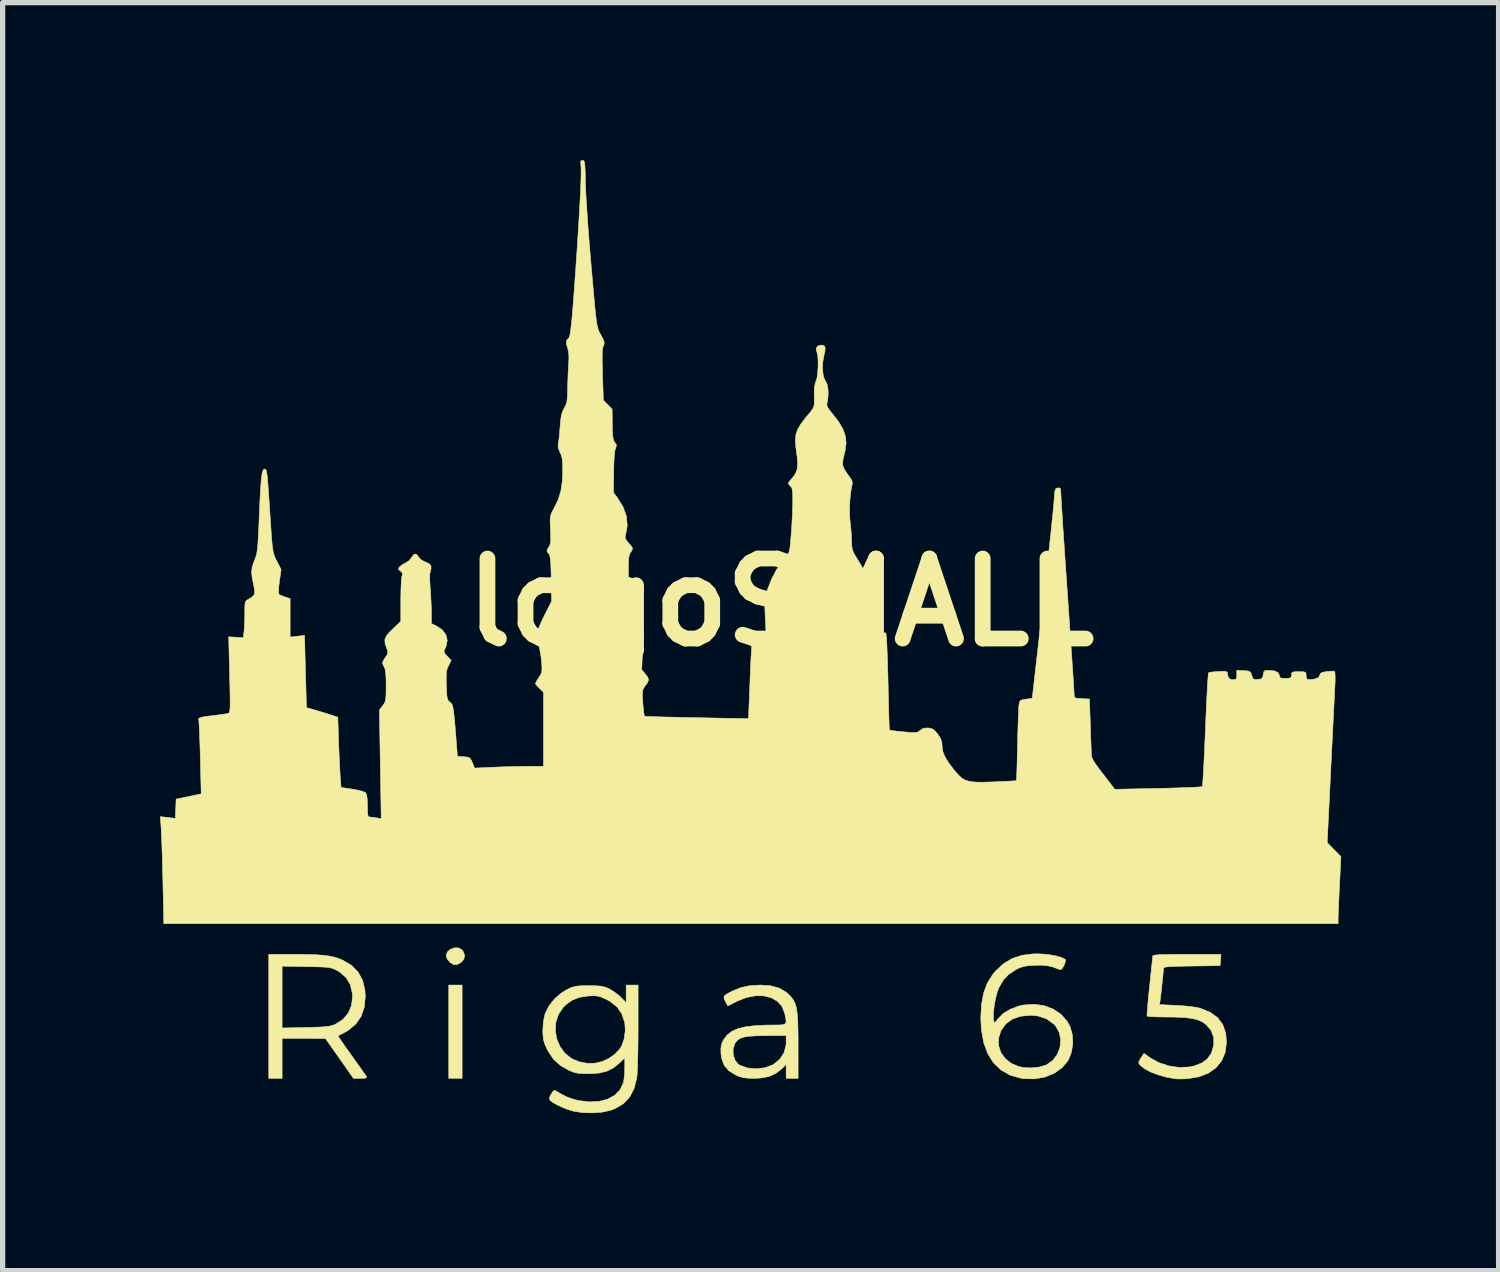
<source format=kicad_pcb>
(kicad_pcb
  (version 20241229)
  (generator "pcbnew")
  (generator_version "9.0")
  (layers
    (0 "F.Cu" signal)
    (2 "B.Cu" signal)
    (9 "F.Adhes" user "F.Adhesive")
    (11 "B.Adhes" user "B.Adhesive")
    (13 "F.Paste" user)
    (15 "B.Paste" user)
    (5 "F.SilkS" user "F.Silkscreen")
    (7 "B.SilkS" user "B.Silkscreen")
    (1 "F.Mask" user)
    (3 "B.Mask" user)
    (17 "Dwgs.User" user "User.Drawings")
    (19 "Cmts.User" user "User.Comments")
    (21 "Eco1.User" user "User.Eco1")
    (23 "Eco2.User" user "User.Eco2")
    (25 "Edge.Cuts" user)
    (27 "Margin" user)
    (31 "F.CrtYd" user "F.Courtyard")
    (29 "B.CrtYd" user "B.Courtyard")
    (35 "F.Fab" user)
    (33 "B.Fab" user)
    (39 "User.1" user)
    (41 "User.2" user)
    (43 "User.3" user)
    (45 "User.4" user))
  (footprint "logoSMALL"
    (layer "F.Cu")
    (at 11.824 8.425)
    (property "Reference" "logoSMALL" (at 0 0 0) (layer "F.SilkS") (effects (font (size 1.524 1.524) (thickness 0.3))))
    (attr through_hole)
    (fp_poly (pts (xy -6.071 9.068) (xy -6.325 9.068) (xy -6.325 7.29) (xy -6.071 7.29) (xy -6.071 9.068)) (stroke (width 0.01) (type solid)) (fill yes) (layer "F.SilkS"))
    (fp_poly (pts (xy -6.079 6.614) (xy -6.059 6.635) (xy -6.023 6.72) (xy -6.037 6.798) (xy -6.087 6.856) (xy -6.168 6.901) (xy -6.24 6.898) (xy -6.313 6.847) (xy -6.313 6.846) (xy -6.356 6.789) (xy -6.375 6.735) (xy -6.375 6.732) (xy -6.353 6.662) (xy -6.298 6.611) (xy -6.223 6.582) (xy -6.145 6.582) (xy -6.079 6.614)) (stroke (width 0.01) (type solid)) (fill yes) (layer "F.SilkS"))
    (fp_poly (pts (xy -9.265 6.706) (xy -9.041 6.707) (xy -8.86 6.713) (xy -8.713 6.723) (xy -8.594 6.739) (xy -8.493 6.761) (xy -8.403 6.792) (xy -8.346 6.816) (xy -8.177 6.916) (xy -8.051 7.045) (xy -7.966 7.202) (xy -7.922 7.389) (xy -7.915 7.506) (xy -7.935 7.712) (xy -7.995 7.888) (xy -8.098 8.035) (xy -8.242 8.154) (xy -8.314 8.195) (xy -8.437 8.258) (xy -8.392 8.326) (xy -8.361 8.371) (xy -8.308 8.448) (xy -8.237 8.547) (xy -8.158 8.658) (xy -8.128 8.7) (xy -8.05 8.81) (xy -7.981 8.906) (xy -7.928 8.982) (xy -7.896 9.028) (xy -7.89 9.036) (xy -7.892 9.055) (xy -7.93 9.065) (xy -8.006 9.067) (xy -8.141 9.067) (xy -8.407 8.687) (xy -8.674 8.308) (xy -9.5 8.306) (xy -9.5 9.068) (xy -9.754 9.068) (xy -9.754 8.108) (xy -9.5 8.108) (xy -9.049 8.098) (xy -8.88 8.094) (xy -8.753 8.089) (xy -8.66 8.081) (xy -8.59 8.071) (xy -8.535 8.057) (xy -8.486 8.038) (xy -8.484 8.036) (xy -8.342 7.946) (xy -8.239 7.824) (xy -8.177 7.676) (xy -8.158 7.506) (xy -8.162 7.447) (xy -8.201 7.283) (xy -8.281 7.148) (xy -8.403 7.042) (xy -8.437 7.022) (xy -8.486 6.995) (xy -8.53 6.976) (xy -8.578 6.962) (xy -8.637 6.953) (xy -8.718 6.947) (xy -8.83 6.943) (xy -8.98 6.94) (xy -9.036 6.939) (xy -9.5 6.93) (xy -9.5 8.108) (xy -9.754 8.108) (xy -9.754 6.706) (xy -9.265 6.706)) (stroke (width 0.01) (type solid)) (fill yes) (layer "F.SilkS"))
    (fp_poly (pts (xy -0.193 7.304) (xy -0.03 7.349) (xy 0.103 7.427) (xy 0.148 7.466) (xy 0.199 7.52) (xy 0.24 7.576) (xy 0.272 7.64) (xy 0.295 7.718) (xy 0.311 7.817) (xy 0.322 7.944) (xy 0.327 8.105) (xy 0.33 8.306) (xy 0.33 8.45) (xy 0.33 9.068) (xy 0.102 9.068) (xy 0.102 8.804) (xy 0.019 8.884) (xy -0.097 8.975) (xy -0.227 9.033) (xy -0.384 9.062) (xy -0.508 9.067) (xy -0.632 9.064) (xy -0.724 9.052) (xy -0.805 9.028) (xy -0.854 9.007) (xy -0.987 8.925) (xy -1.077 8.821) (xy -1.126 8.69) (xy -1.139 8.596) (xy -1.141 8.515) (xy -0.909 8.515) (xy -0.905 8.625) (xy -0.87 8.726) (xy -0.807 8.801) (xy -0.782 8.817) (xy -0.637 8.869) (xy -0.473 8.885) (xy -0.308 8.867) (xy -0.161 8.814) (xy -0.142 8.804) (xy -0.02 8.705) (xy 0.062 8.579) (xy 0.1 8.432) (xy 0.102 8.386) (xy 0.102 8.255) (xy -0.282 8.255) (xy -0.464 8.257) (xy -0.603 8.266) (xy -0.706 8.282) (xy -0.78 8.308) (xy -0.832 8.346) (xy -0.87 8.397) (xy -0.877 8.41) (xy -0.909 8.515) (xy -1.141 8.515) (xy -1.141 8.496) (xy -1.131 8.425) (xy -1.103 8.358) (xy -1.085 8.325) (xy -1.02 8.24) (xy -0.934 8.173) (xy -0.821 8.122) (xy -0.676 8.086) (xy -0.493 8.064) (xy -0.269 8.053) (xy -0.146 8.052) (xy -0.026 8.051) (xy 0.05 8.045) (xy 0.09 8.025) (xy 0.102 7.984) (xy 0.093 7.915) (xy 0.074 7.826) (xy 0.024 7.698) (xy -0.063 7.6) (xy -0.181 7.532) (xy -0.322 7.496) (xy -0.482 7.494) (xy -0.653 7.527) (xy -0.83 7.596) (xy -0.841 7.602) (xy -1.009 7.688) (xy -1.055 7.602) (xy -1.08 7.55) (xy -1.082 7.513) (xy -1.056 7.48) (xy -0.995 7.443) (xy -0.926 7.407) (xy -0.765 7.341) (xy -0.598 7.303) (xy -0.405 7.291) (xy -0.392 7.29) (xy -0.193 7.304)) (stroke (width 0.01) (type solid)) (fill yes) (layer "F.SilkS"))
    (fp_poly (pts (xy 8.369 6.921) (xy 7.83 6.928) (xy 7.648 6.931) (xy 7.512 6.934) (xy 7.414 6.939) (xy 7.349 6.945) (xy 7.311 6.953) (xy 7.293 6.964) (xy 7.29 6.974) (xy 7.287 7.02) (xy 7.28 7.103) (xy 7.269 7.208) (xy 7.257 7.323) (xy 7.245 7.434) (xy 7.234 7.526) (xy 7.226 7.585) (xy 7.213 7.663) (xy 7.537 7.678) (xy 7.69 7.688) (xy 7.831 7.703) (xy 7.945 7.721) (xy 7.998 7.734) (xy 8.182 7.81) (xy 8.322 7.913) (xy 8.419 8.043) (xy 8.475 8.202) (xy 8.491 8.382) (xy 8.466 8.57) (xy 8.399 8.732) (xy 8.291 8.865) (xy 8.146 8.968) (xy 7.964 9.038) (xy 7.749 9.074) (xy 7.747 9.074) (xy 7.652 9.079) (xy 7.566 9.079) (xy 7.531 9.077) (xy 7.359 9.048) (xy 7.193 9.002) (xy 7.043 8.945) (xy 6.923 8.879) (xy 6.85 8.819) (xy 6.822 8.784) (xy 6.82 8.753) (xy 6.844 8.707) (xy 6.861 8.68) (xy 6.919 8.592) (xy 7.034 8.675) (xy 7.204 8.769) (xy 7.396 8.832) (xy 7.595 8.86) (xy 7.788 8.85) (xy 7.878 8.83) (xy 8.02 8.775) (xy 8.123 8.7) (xy 8.196 8.598) (xy 8.207 8.574) (xy 8.249 8.428) (xy 8.246 8.286) (xy 8.198 8.156) (xy 8.107 8.047) (xy 8.105 8.045) (xy 8.03 7.992) (xy 7.942 7.953) (xy 7.832 7.926) (xy 7.694 7.909) (xy 7.519 7.901) (xy 7.376 7.899) (xy 7.241 7.898) (xy 7.125 7.895) (xy 7.037 7.89) (xy 6.987 7.884) (xy 6.978 7.88) (xy 6.977 7.851) (xy 6.982 7.778) (xy 6.991 7.67) (xy 7.003 7.534) (xy 7.019 7.379) (xy 7.026 7.315) (xy 7.043 7.153) (xy 7.058 7.007) (xy 7.071 6.885) (xy 7.08 6.795) (xy 7.085 6.744) (xy 7.085 6.737) (xy 7.097 6.727) (xy 7.134 6.719) (xy 7.202 6.713) (xy 7.305 6.709) (xy 7.447 6.707) (xy 7.633 6.706) (xy 7.736 6.706) (xy 8.385 6.706) (xy 8.369 6.921)) (stroke (width 0.01) (type solid)) (fill yes) (layer "F.SilkS"))
    (fp_poly (pts (xy 5.013 6.701) (xy 5.139 6.716) (xy 5.255 6.739) (xy 5.35 6.766) (xy 5.411 6.796) (xy 5.424 6.809) (xy 5.422 6.843) (xy 5.401 6.902) (xy 5.393 6.921) (xy 5.356 6.982) (xy 5.321 6.998) (xy 5.31 6.995) (xy 5.192 6.949) (xy 5.09 6.923) (xy 4.983 6.912) (xy 4.849 6.913) (xy 4.839 6.914) (xy 4.717 6.922) (xy 4.628 6.935) (xy 4.554 6.959) (xy 4.477 6.996) (xy 4.475 6.998) (xy 4.345 7.084) (xy 4.245 7.188) (xy 4.163 7.326) (xy 4.148 7.357) (xy 4.116 7.448) (xy 4.087 7.565) (xy 4.065 7.693) (xy 4.051 7.815) (xy 4.049 7.917) (xy 4.055 7.967) (xy 4.066 8.001) (xy 4.081 8.003) (xy 4.11 7.97) (xy 4.139 7.931) (xy 4.238 7.831) (xy 4.376 7.749) (xy 4.54 7.689) (xy 4.62 7.671) (xy 4.821 7.656) (xy 5.012 7.682) (xy 5.185 7.746) (xy 5.334 7.844) (xy 5.452 7.974) (xy 5.511 8.081) (xy 5.554 8.235) (xy 5.563 8.403) (xy 5.538 8.567) (xy 5.481 8.712) (xy 5.472 8.728) (xy 5.358 8.865) (xy 5.209 8.971) (xy 5.033 9.043) (xy 4.837 9.078) (xy 4.63 9.073) (xy 4.575 9.065) (xy 4.37 9.007) (xy 4.196 8.909) (xy 4.053 8.773) (xy 3.943 8.598) (xy 3.865 8.386) (xy 3.851 8.305) (xy 4.148 8.305) (xy 4.15 8.447) (xy 4.194 8.578) (xy 4.276 8.692) (xy 4.391 8.783) (xy 4.537 8.844) (xy 4.627 8.862) (xy 4.78 8.868) (xy 4.927 8.852) (xy 5.051 8.815) (xy 5.071 8.805) (xy 5.187 8.72) (xy 5.27 8.606) (xy 5.319 8.475) (xy 5.332 8.336) (xy 5.307 8.201) (xy 5.242 8.079) (xy 5.201 8.033) (xy 5.065 7.935) (xy 4.903 7.88) (xy 4.763 7.866) (xy 4.572 7.884) (xy 4.412 7.938) (xy 4.287 8.029) (xy 4.197 8.154) (xy 4.194 8.161) (xy 4.148 8.305) (xy 3.851 8.305) (xy 3.821 8.138) (xy 3.81 7.92) (xy 3.824 7.66) (xy 3.865 7.439) (xy 3.937 7.248) (xy 4.041 7.083) (xy 4.094 7.021) (xy 4.245 6.882) (xy 4.409 6.784) (xy 4.594 6.723) (xy 4.809 6.697) (xy 4.889 6.695) (xy 5.013 6.701)) (stroke (width 0.01) (type solid)) (fill yes) (layer "F.SilkS"))
    (fp_poly (pts (xy -2.718 8.096) (xy -2.719 8.302) (xy -2.721 8.499) (xy -2.725 8.68) (xy -2.73 8.836) (xy -2.735 8.96) (xy -2.742 9.044) (xy -2.744 9.064) (xy -2.796 9.264) (xy -2.881 9.426) (xy -3 9.552) (xy -3.156 9.644) (xy -3.248 9.678) (xy -3.406 9.712) (xy -3.59 9.725) (xy -3.779 9.72) (xy -3.949 9.693) (xy -3.954 9.692) (xy -4.053 9.662) (xy -4.161 9.62) (xy -4.263 9.572) (xy -4.346 9.525) (xy -4.394 9.487) (xy -4.409 9.451) (xy -4.393 9.401) (xy -4.378 9.374) (xy -4.343 9.322) (xy -4.317 9.297) (xy -4.314 9.296) (xy -4.284 9.309) (xy -4.226 9.341) (xy -4.173 9.373) (xy -4.075 9.421) (xy -3.952 9.465) (xy -3.86 9.489) (xy -3.654 9.516) (xy -3.466 9.508) (xy -3.302 9.466) (xy -3.166 9.392) (xy -3.064 9.289) (xy -3.001 9.158) (xy -2.999 9.151) (xy -2.985 9.076) (xy -2.976 8.973) (xy -2.972 8.866) (xy -2.972 8.676) (xy -3.067 8.769) (xy -3.186 8.867) (xy -3.313 8.931) (xy -3.461 8.967) (xy -3.643 8.979) (xy -3.658 8.979) (xy -3.781 8.977) (xy -3.871 8.969) (xy -3.945 8.951) (xy -4.019 8.922) (xy -4.04 8.913) (xy -4.204 8.818) (xy -4.331 8.701) (xy -4.431 8.552) (xy -4.45 8.515) (xy -4.496 8.414) (xy -4.521 8.33) (xy -4.531 8.237) (xy -4.533 8.162) (xy -4.295 8.162) (xy -4.267 8.318) (xy -4.205 8.464) (xy -4.111 8.591) (xy -3.988 8.69) (xy -3.843 8.752) (xy -3.684 8.782) (xy -3.539 8.779) (xy -3.407 8.749) (xy -3.284 8.694) (xy -3.166 8.611) (xy -3.071 8.512) (xy -3.033 8.454) (xy -2.984 8.317) (xy -2.963 8.162) (xy -2.971 8.015) (xy -2.974 8.003) (xy -3.03 7.836) (xy -3.121 7.705) (xy -3.252 7.601) (xy -3.312 7.569) (xy -3.406 7.525) (xy -3.478 7.502) (xy -3.552 7.494) (xy -3.651 7.498) (xy -3.664 7.498) (xy -3.837 7.524) (xy -3.979 7.58) (xy -4.101 7.671) (xy -4.147 7.718) (xy -4.237 7.853) (xy -4.286 8.004) (xy -4.295 8.162) (xy -4.533 8.162) (xy -4.533 8.155) (xy -4.523 7.993) (xy -4.494 7.853) (xy -4.487 7.83) (xy -4.415 7.686) (xy -4.305 7.549) (xy -4.17 7.434) (xy -4.069 7.374) (xy -3.998 7.341) (xy -3.934 7.32) (xy -3.863 7.308) (xy -3.769 7.303) (xy -3.658 7.303) (xy -3.53 7.304) (xy -3.438 7.31) (xy -3.368 7.323) (xy -3.305 7.346) (xy -3.266 7.364) (xy -3.171 7.422) (xy -3.076 7.495) (xy -3.044 7.526) (xy -2.946 7.626) (xy -2.946 7.29) (xy -2.718 7.29) (xy -2.718 8.096)) (stroke (width 0.01) (type solid)) (fill yes) (layer "F.SilkS"))
    (fp_poly (pts (xy -3.758 -8.417) (xy -3.746 -8.401) (xy -3.737 -8.366) (xy -3.731 -8.305) (xy -3.726 -8.211) (xy -3.723 -8.075) (xy -3.722 -8.014) (xy -3.718 -7.89) (xy -3.71 -7.724) (xy -3.698 -7.527) (xy -3.683 -7.308) (xy -3.667 -7.075) (xy -3.648 -6.839) (xy -3.635 -6.68) (xy -3.609 -6.375) (xy -3.586 -6.116) (xy -3.567 -5.899) (xy -3.551 -5.72) (xy -3.537 -5.574) (xy -3.524 -5.458) (xy -3.513 -5.366) (xy -3.502 -5.296) (xy -3.49 -5.242) (xy -3.479 -5.2) (xy -3.466 -5.166) (xy -3.451 -5.136) (xy -3.434 -5.105) (xy -3.425 -5.089) (xy -3.382 -5.009) (xy -3.364 -4.957) (xy -3.366 -4.919) (xy -3.379 -4.888) (xy -3.391 -4.853) (xy -3.398 -4.794) (xy -3.402 -4.707) (xy -3.402 -4.584) (xy -3.398 -4.419) (xy -3.396 -4.34) (xy -3.38 -3.853) (xy -3.297 -3.767) (xy -3.213 -3.68) (xy -3.21 -3.388) (xy -3.207 -3.256) (xy -3.201 -3.164) (xy -3.19 -3.104) (xy -3.174 -3.064) (xy -3.161 -3.046) (xy -3.131 -3.001) (xy -3.139 -2.954) (xy -3.147 -2.938) (xy -3.162 -2.882) (xy -3.173 -2.778) (xy -3.18 -2.628) (xy -3.183 -2.486) (xy -3.188 -2.092) (xy -3.117 -1.999) (xy -3.004 -1.818) (xy -2.94 -1.637) (xy -2.925 -1.46) (xy -2.95 -1.319) (xy -2.965 -1.256) (xy -2.96 -1.212) (xy -2.928 -1.164) (xy -2.899 -1.131) (xy -2.848 -1.071) (xy -2.826 -1.034) (xy -2.83 -1.002) (xy -2.856 -0.958) (xy -2.864 -0.946) (xy -2.88 -0.915) (xy -2.892 -0.874) (xy -2.899 -0.816) (xy -2.903 -0.732) (xy -2.904 -0.614) (xy -2.902 -0.454) (xy -2.902 -0.451) (xy -2.895 -0.023) (xy -2.618 0.529) (xy -2.649 1.283) (xy -2.582 1.363) (xy -2.533 1.428) (xy -2.519 1.478) (xy -2.54 1.532) (xy -2.581 1.588) (xy -2.611 1.631) (xy -2.629 1.67) (xy -2.637 1.718) (xy -2.637 1.789) (xy -2.63 1.895) (xy -2.628 1.917) (xy -2.619 2.023) (xy -2.609 2.107) (xy -2.599 2.159) (xy -2.594 2.169) (xy -2.566 2.172) (xy -2.493 2.175) (xy -2.38 2.179) (xy -2.233 2.183) (xy -2.057 2.187) (xy -1.859 2.192) (xy -1.644 2.196) (xy -1.597 2.197) (xy -0.615 2.216) (xy -0.598 1.787) (xy -0.587 1.514) (xy -0.578 1.287) (xy -0.57 1.102) (xy -0.561 0.955) (xy -0.553 0.84) (xy -0.542 0.755) (xy -0.53 0.694) (xy -0.514 0.653) (xy -0.494 0.627) (xy -0.469 0.613) (xy -0.439 0.606) (xy -0.403 0.601) (xy -0.376 0.597) (xy -0.281 0.582) (xy -0.297 0.258) (xy -0.303 0.12) (xy -0.304 0.019) (xy -0.299 -0.059) (xy -0.287 -0.129) (xy -0.265 -0.205) (xy -0.243 -0.273) (xy -0.173 -0.448) (xy -0.08 -0.625) (xy 0.025 -0.783) (xy 0.102 -0.876) (xy 0.13 -0.909) (xy 0.15 -0.942) (xy 0.165 -0.987) (xy 0.176 -1.052) (xy 0.186 -1.146) (xy 0.197 -1.279) (xy 0.201 -1.325) (xy 0.211 -1.483) (xy 0.22 -1.648) (xy 0.226 -1.801) (xy 0.229 -1.924) (xy 0.229 -1.937) (xy 0.227 -2.052) (xy 0.222 -2.129) (xy 0.21 -2.178) (xy 0.19 -2.21) (xy 0.178 -2.222) (xy 0.15 -2.251) (xy 0.146 -2.276) (xy 0.169 -2.312) (xy 0.215 -2.364) (xy 0.277 -2.447) (xy 0.311 -2.534) (xy 0.322 -2.64) (xy 0.311 -2.778) (xy 0.307 -2.807) (xy 0.285 -2.971) (xy 0.278 -3.099) (xy 0.29 -3.204) (xy 0.323 -3.299) (xy 0.382 -3.397) (xy 0.469 -3.511) (xy 0.509 -3.56) (xy 0.572 -3.635) (xy 0.611 -3.69) (xy 0.632 -3.739) (xy 0.639 -3.799) (xy 0.638 -3.884) (xy 0.636 -3.953) (xy 0.639 -4.087) (xy 0.658 -4.182) (xy 0.671 -4.212) (xy 0.691 -4.278) (xy 0.704 -4.377) (xy 0.711 -4.492) (xy 0.711 -4.607) (xy 0.703 -4.706) (xy 0.687 -4.773) (xy 0.684 -4.778) (xy 0.674 -4.838) (xy 0.706 -4.884) (xy 0.772 -4.902) (xy 0.775 -4.902) (xy 0.823 -4.892) (xy 0.845 -4.857) (xy 0.842 -4.79) (xy 0.821 -4.697) (xy 0.799 -4.575) (xy 0.795 -4.448) (xy 0.807 -4.333) (xy 0.834 -4.244) (xy 0.855 -4.212) (xy 0.883 -4.153) (xy 0.9 -4.061) (xy 0.903 -3.953) (xy 0.892 -3.847) (xy 0.882 -3.805) (xy 0.877 -3.762) (xy 0.891 -3.717) (xy 0.93 -3.659) (xy 0.977 -3.602) (xy 1.101 -3.442) (xy 1.185 -3.299) (xy 1.232 -3.165) (xy 1.244 -3.028) (xy 1.224 -2.881) (xy 1.208 -2.816) (xy 1.182 -2.705) (xy 1.18 -2.619) (xy 1.207 -2.54) (xy 1.266 -2.45) (xy 1.285 -2.424) (xy 1.336 -2.355) (xy 1.36 -2.306) (xy 1.362 -2.259) (xy 1.35 -2.2) (xy 1.329 -2.079) (xy 1.315 -1.927) (xy 1.31 -1.763) (xy 1.314 -1.607) (xy 1.324 -1.503) (xy 1.337 -1.38) (xy 1.347 -1.244) (xy 1.349 -1.163) (xy 1.353 -1.068) (xy 1.366 -0.997) (xy 1.395 -0.93) (xy 1.446 -0.845) (xy 1.454 -0.832) (xy 1.512 -0.737) (xy 1.58 -0.615) (xy 1.646 -0.487) (xy 1.673 -0.432) (xy 1.789 -0.191) (xy 1.799 0.181) (xy 1.809 0.553) (xy 2.003 0.584) (xy 2.017 0.743) (xy 2.021 0.809) (xy 2.025 0.918) (xy 2.031 1.062) (xy 2.036 1.232) (xy 2.041 1.421) (xy 2.046 1.62) (xy 2.046 1.664) (xy 2.051 1.855) (xy 2.055 2.029) (xy 2.059 2.18) (xy 2.063 2.301) (xy 2.066 2.387) (xy 2.069 2.43) (xy 2.07 2.434) (xy 2.097 2.439) (xy 2.163 2.448) (xy 2.259 2.459) (xy 2.338 2.466) (xy 2.456 2.477) (xy 2.535 2.481) (xy 2.586 2.477) (xy 2.62 2.466) (xy 2.648 2.444) (xy 2.655 2.438) (xy 2.719 2.398) (xy 2.804 2.392) (xy 2.809 2.392) (xy 2.875 2.405) (xy 2.927 2.438) (xy 2.985 2.504) (xy 2.99 2.51) (xy 3.044 2.592) (xy 3.068 2.667) (xy 3.073 2.74) (xy 3.086 2.836) (xy 3.127 2.941) (xy 3.2 3.06) (xy 3.308 3.201) (xy 3.345 3.244) (xy 3.404 3.309) (xy 3.462 3.358) (xy 3.527 3.392) (xy 3.606 3.413) (xy 3.71 3.424) (xy 3.845 3.426) (xy 4.02 3.421) (xy 4.075 3.419) (xy 4.212 3.413) (xy 4.331 3.407) (xy 4.422 3.402) (xy 4.476 3.397) (xy 4.488 3.395) (xy 4.49 3.368) (xy 4.494 3.298) (xy 4.498 3.19) (xy 4.502 3.052) (xy 4.506 2.89) (xy 4.51 2.728) (xy 4.514 2.544) (xy 4.519 2.372) (xy 4.524 2.219) (xy 4.529 2.094) (xy 4.533 2.005) (xy 4.536 1.965) (xy 4.546 1.902) (xy 4.566 1.869) (xy 4.611 1.853) (xy 4.67 1.844) (xy 4.79 1.828) (xy 4.989 0.082) (xy 5.023 -0.218) (xy 5.056 -0.509) (xy 5.087 -0.787) (xy 5.115 -1.046) (xy 5.141 -1.281) (xy 5.162 -1.488) (xy 5.18 -1.661) (xy 5.194 -1.797) (xy 5.202 -1.889) (xy 5.204 -1.918) (xy 5.212 -2.033) (xy 5.22 -2.108) (xy 5.231 -2.151) (xy 5.248 -2.171) (xy 5.273 -2.179) (xy 5.277 -2.18) (xy 5.318 -2.177) (xy 5.333 -2.144) (xy 5.334 -2.116) (xy 5.336 -2.065) (xy 5.341 -1.967) (xy 5.35 -1.822) (xy 5.362 -1.63) (xy 5.377 -1.39) (xy 5.397 -1.101) (xy 5.419 -0.764) (xy 5.446 -0.377) (xy 5.476 0.06) (xy 5.499 0.4) (xy 5.517 0.652) (xy 5.533 0.89) (xy 5.548 1.11) (xy 5.561 1.306) (xy 5.572 1.473) (xy 5.58 1.605) (xy 5.586 1.699) (xy 5.588 1.747) (xy 5.588 1.751) (xy 5.591 1.794) (xy 5.606 1.817) (xy 5.648 1.828) (xy 5.727 1.833) (xy 5.734 1.834) (xy 5.88 1.841) (xy 5.896 2.299) (xy 5.901 2.455) (xy 5.906 2.602) (xy 5.911 2.729) (xy 5.914 2.824) (xy 5.915 2.87) (xy 5.919 2.92) (xy 5.932 2.967) (xy 5.958 3.02) (xy 6.003 3.089) (xy 6.071 3.182) (xy 6.141 3.273) (xy 6.363 3.561) (xy 7.188 3.544) (xy 7.388 3.539) (xy 7.571 3.534) (xy 7.732 3.528) (xy 7.864 3.523) (xy 7.962 3.517) (xy 8.018 3.512) (xy 8.03 3.51) (xy 8.034 3.481) (xy 8.04 3.408) (xy 8.048 3.294) (xy 8.056 3.146) (xy 8.065 2.968) (xy 8.074 2.766) (xy 8.084 2.546) (xy 8.089 2.426) (xy 8.098 2.198) (xy 8.108 1.986) (xy 8.117 1.795) (xy 8.126 1.63) (xy 8.134 1.498) (xy 8.141 1.403) (xy 8.147 1.351) (xy 8.149 1.342) (xy 8.181 1.332) (xy 8.25 1.323) (xy 8.338 1.317) (xy 8.43 1.314) (xy 8.482 1.318) (xy 8.505 1.332) (xy 8.509 1.35) (xy 8.523 1.428) (xy 8.568 1.467) (xy 8.613 1.473) (xy 8.662 1.468) (xy 8.683 1.443) (xy 8.687 1.383) (xy 8.687 1.293) (xy 8.819 1.3) (xy 8.897 1.307) (xy 8.939 1.322) (xy 8.96 1.353) (xy 8.972 1.392) (xy 8.991 1.447) (xy 9.021 1.469) (xy 9.081 1.469) (xy 9.088 1.468) (xy 9.151 1.458) (xy 9.179 1.433) (xy 9.19 1.379) (xy 9.19 1.378) (xy 9.199 1.325) (xy 9.223 1.301) (xy 9.278 1.296) (xy 9.3 1.295) (xy 9.407 1.307) (xy 9.475 1.341) (xy 9.5 1.395) (xy 9.5 1.398) (xy 9.507 1.429) (xy 9.539 1.444) (xy 9.608 1.448) (xy 9.614 1.448) (xy 9.684 1.445) (xy 9.718 1.432) (xy 9.728 1.401) (xy 9.728 1.384) (xy 9.732 1.348) (xy 9.751 1.329) (xy 9.798 1.322) (xy 9.868 1.321) (xy 9.948 1.322) (xy 9.989 1.33) (xy 10.005 1.353) (xy 10.008 1.396) (xy 10.008 1.397) (xy 10.014 1.446) (xy 10.039 1.47) (xy 10.094 1.472) (xy 10.181 1.458) (xy 10.245 1.43) (xy 10.267 1.388) (xy 10.28 1.353) (xy 10.318 1.333) (xy 10.393 1.319) (xy 10.401 1.318) (xy 10.479 1.311) (xy 10.535 1.311) (xy 10.55 1.315) (xy 10.557 1.343) (xy 10.56 1.412) (xy 10.56 1.51) (xy 10.555 1.609) (xy 10.551 1.69) (xy 10.545 1.816) (xy 10.537 1.98) (xy 10.527 2.177) (xy 10.516 2.4) (xy 10.504 2.643) (xy 10.491 2.901) (xy 10.478 3.167) (xy 10.475 3.235) (xy 10.409 4.578) (xy 10.54 4.71) (xy 10.67 4.842) (xy 10.644 5.386) (xy 10.636 5.554) (xy 10.629 5.71) (xy 10.623 5.845) (xy 10.619 5.95) (xy 10.617 6.016) (xy 10.617 6.026) (xy 10.617 6.121) (xy -11.753 6.121) (xy -11.77 5.34) (xy -11.775 5.132) (xy -11.78 4.929) (xy -11.786 4.738) (xy -11.792 4.57) (xy -11.797 4.433) (xy -11.802 4.336) (xy -11.803 4.32) (xy -11.819 4.082) (xy -11.676 4.098) (xy -11.534 4.115) (xy -11.526 3.932) (xy -11.519 3.748) (xy -11.041 3.648) (xy -11.058 2.955) (xy -11.063 2.771) (xy -11.069 2.603) (xy -11.074 2.457) (xy -11.08 2.341) (xy -11.085 2.262) (xy -11.089 2.226) (xy -11.089 2.226) (xy -11.085 2.208) (xy -11.053 2.193) (xy -10.986 2.179) (xy -10.876 2.164) (xy -10.841 2.16) (xy -10.726 2.146) (xy -10.627 2.132) (xy -10.556 2.121) (xy -10.531 2.116) (xy -10.517 2.11) (xy -10.506 2.098) (xy -10.498 2.073) (xy -10.493 2.031) (xy -10.49 1.965) (xy -10.49 1.87) (xy -10.492 1.741) (xy -10.495 1.572) (xy -10.5 1.379) (xy -10.517 0.656) (xy -10.379 0.664) (xy -10.241 0.673) (xy -10.226 0.562) (xy -10.219 0.485) (xy -10.214 0.376) (xy -10.211 0.256) (xy -10.211 0.213) (xy -10.21 0.102) (xy -10.207 0.031) (xy -10.197 -0.012) (xy -10.178 -0.037) (xy -10.148 -0.057) (xy -10.139 -0.061) (xy -10.07 -0.102) (xy -10.032 -0.145) (xy -10.021 -0.202) (xy -10.033 -0.288) (xy -10.045 -0.342) (xy -10.071 -0.473) (xy -10.081 -0.574) (xy -10.072 -0.663) (xy -10.044 -0.756) (xy -10.023 -0.807) (xy -10.005 -0.853) (xy -9.991 -0.9) (xy -9.979 -0.954) (xy -9.97 -1.023) (xy -9.961 -1.112) (xy -9.954 -1.23) (xy -9.946 -1.381) (xy -9.938 -1.573) (xy -9.933 -1.684) (xy -9.923 -1.921) (xy -9.913 -2.113) (xy -9.903 -2.262) (xy -9.893 -2.374) (xy -9.881 -2.454) (xy -9.867 -2.505) (xy -9.851 -2.532) (xy -9.832 -2.54) (xy -9.818 -2.536) (xy -9.807 -2.52) (xy -9.796 -2.487) (xy -9.787 -2.431) (xy -9.778 -2.346) (xy -9.768 -2.228) (xy -9.757 -2.07) (xy -9.743 -1.867) (xy -9.742 -1.854) (xy -9.727 -1.617) (xy -9.714 -1.425) (xy -9.704 -1.273) (xy -9.694 -1.153) (xy -9.685 -1.062) (xy -9.675 -0.992) (xy -9.664 -0.939) (xy -9.651 -0.896) (xy -9.636 -0.857) (xy -9.617 -0.818) (xy -9.599 -0.784) (xy -9.519 -0.625) (xy -9.551 -0.4) (xy -9.565 -0.288) (xy -9.569 -0.205) (xy -9.563 -0.159) (xy -9.561 -0.154) (xy -9.523 -0.133) (xy -9.459 -0.108) (xy -9.442 -0.103) (xy -9.347 -0.072) (xy -9.347 0.661) (xy -9.21 0.645) (xy -9.073 0.629) (xy -9.055 1.317) (xy -9.036 2.005) (xy -8.893 2.045) (xy -8.785 2.077) (xy -8.664 2.114) (xy -8.595 2.136) (xy -8.439 2.187) (xy -8.423 2.662) (xy -8.417 2.828) (xy -8.41 2.993) (xy -8.403 3.142) (xy -8.396 3.264) (xy -8.392 3.331) (xy -8.377 3.526) (xy -8.161 3.558) (xy -8.058 3.577) (xy -7.972 3.599) (xy -7.918 3.62) (xy -7.909 3.626) (xy -7.889 3.669) (xy -7.878 3.752) (xy -7.874 3.875) (xy -7.873 3.98) (xy -7.868 4.044) (xy -7.858 4.077) (xy -7.839 4.088) (xy -7.826 4.089) (xy -7.768 4.094) (xy -7.695 4.106) (xy -7.612 4.123) (xy -7.629 3.087) (xy -7.646 2.05) (xy -7.582 1.967) (xy -7.555 1.927) (xy -7.536 1.887) (xy -7.526 1.836) (xy -7.52 1.761) (xy -7.519 1.652) (xy -7.518 1.587) (xy -7.52 1.445) (xy -7.527 1.344) (xy -7.538 1.274) (xy -7.557 1.226) (xy -7.56 1.22) (xy -7.583 1.174) (xy -7.584 1.137) (xy -7.559 1.089) (xy -7.537 1.055) (xy -7.498 0.993) (xy -7.486 0.949) (xy -7.498 0.9) (xy -7.508 0.875) (xy -7.539 0.784) (xy -7.542 0.71) (xy -7.514 0.641) (xy -7.45 0.563) (xy -7.391 0.506) (xy -7.239 0.363) (xy -7.239 -0.049) (xy -7.237 -0.192) (xy -7.233 -0.319) (xy -7.227 -0.421) (xy -7.219 -0.489) (xy -7.214 -0.508) (xy -7.204 -0.551) (xy -7.234 -0.588) (xy -7.243 -0.594) (xy -7.28 -0.627) (xy -7.276 -0.657) (xy -7.262 -0.676) (xy -7.214 -0.716) (xy -7.147 -0.752) (xy -7.145 -0.753) (xy -7.078 -0.797) (xy -7.031 -0.857) (xy -7.031 -0.857) (xy -6.99 -0.914) (xy -6.948 -0.921) (xy -6.908 -0.877) (xy -6.902 -0.866) (xy -6.856 -0.814) (xy -6.79 -0.777) (xy -6.789 -0.777) (xy -6.704 -0.74) (xy -6.664 -0.698) (xy -6.662 -0.642) (xy -6.672 -0.61) (xy -6.686 -0.541) (xy -6.688 -0.431) (xy -6.679 -0.277) (xy -6.679 -0.274) (xy -6.669 -0.133) (xy -6.661 0.017) (xy -6.656 0.152) (xy -6.656 0.196) (xy -6.655 0.404) (xy -6.566 0.446) (xy -6.451 0.522) (xy -6.38 0.616) (xy -6.354 0.723) (xy -6.376 0.837) (xy -6.39 0.868) (xy -6.413 0.919) (xy -6.412 0.954) (xy -6.382 0.996) (xy -6.354 1.025) (xy -6.278 1.105) (xy -6.329 1.204) (xy -6.353 1.256) (xy -6.367 1.311) (xy -6.373 1.381) (xy -6.374 1.48) (xy -6.371 1.581) (xy -6.366 1.704) (xy -6.36 1.787) (xy -6.349 1.84) (xy -6.333 1.873) (xy -6.309 1.898) (xy -6.302 1.903) (xy -6.283 1.918) (xy -6.268 1.936) (xy -6.256 1.962) (xy -6.245 2.003) (xy -6.235 2.064) (xy -6.225 2.151) (xy -6.213 2.27) (xy -6.2 2.425) (xy -6.184 2.625) (xy -6.179 2.692) (xy -6.16 2.934) (xy -6.038 2.941) (xy -5.963 2.949) (xy -5.921 2.968) (xy -5.892 3.012) (xy -5.875 3.053) (xy -5.833 3.157) (xy -5.476 3.141) (xy -5.311 3.134) (xy -5.13 3.129) (xy -4.956 3.126) (xy -4.82 3.124) (xy -4.521 3.124) (xy -4.521 1.711) (xy -4.597 1.638) (xy -4.645 1.588) (xy -4.672 1.552) (xy -4.674 1.546) (xy -4.66 1.515) (xy -4.627 1.459) (xy -4.607 1.43) (xy -4.572 1.373) (xy -4.554 1.321) (xy -4.549 1.256) (xy -4.554 1.158) (xy -4.554 1.156) (xy -4.568 1.032) (xy -4.591 0.899) (xy -4.61 0.814) (xy -4.631 0.718) (xy -4.638 0.636) (xy -4.629 0.555) (xy -4.601 0.463) (xy -4.552 0.35) (xy -4.493 0.23) (xy -4.365 -0.023) (xy -4.373 -0.453) (xy -4.377 -0.616) (xy -4.382 -0.735) (xy -4.389 -0.819) (xy -4.398 -0.875) (xy -4.411 -0.912) (xy -4.425 -0.932) (xy -4.452 -0.968) (xy -4.451 -1.001) (xy -4.421 -1.051) (xy -4.4 -1.091) (xy -4.387 -1.138) (xy -4.383 -1.204) (xy -4.384 -1.301) (xy -4.388 -1.385) (xy -4.393 -1.504) (xy -4.394 -1.586) (xy -4.386 -1.646) (xy -4.369 -1.698) (xy -4.34 -1.755) (xy -4.323 -1.785) (xy -4.243 -1.951) (xy -4.19 -2.121) (xy -4.162 -2.31) (xy -4.155 -2.489) (xy -4.156 -2.618) (xy -4.161 -2.709) (xy -4.173 -2.776) (xy -4.194 -2.833) (xy -4.206 -2.858) (xy -4.241 -2.946) (xy -4.242 -3.01) (xy -4.233 -3.056) (xy -4.222 -3.139) (xy -4.212 -3.246) (xy -4.206 -3.327) (xy -4.195 -3.461) (xy -4.181 -3.557) (xy -4.16 -3.629) (xy -4.131 -3.691) (xy -4.126 -3.7) (xy -4.095 -3.76) (xy -4.076 -3.821) (xy -4.066 -3.899) (xy -4.062 -4.009) (xy -4.062 -4.043) (xy -4.058 -4.187) (xy -4.052 -4.35) (xy -4.044 -4.499) (xy -4.042 -4.518) (xy -4.036 -4.662) (xy -4.041 -4.764) (xy -4.057 -4.832) (xy -4.058 -4.832) (xy -4.086 -4.93) (xy -4.077 -4.996) (xy -4.049 -5.024) (xy -4.037 -5.036) (xy -4.027 -5.061) (xy -4.016 -5.102) (xy -4.006 -5.162) (xy -3.995 -5.246) (xy -3.983 -5.356) (xy -3.97 -5.496) (xy -3.956 -5.669) (xy -3.94 -5.879) (xy -3.922 -6.128) (xy -3.901 -6.421) (xy -3.878 -6.761) (xy -3.874 -6.82) (xy -3.851 -7.187) (xy -3.832 -7.504) (xy -3.818 -7.772) (xy -3.808 -7.991) (xy -3.804 -8.162) (xy -3.805 -8.284) (xy -3.81 -8.36) (xy -3.812 -8.369) (xy -3.808 -8.411) (xy -3.776 -8.42) (xy -3.758 -8.417)) (stroke (width 0.01) (type solid)) (fill yes) (layer "F.SilkS")))
  (gr_rect
    (start -3 -3)
    (end 25.498 21.156)
    (stroke (width 0.1) (type default))
    (fill no)
    (layer "Edge.Cuts")))
</source>
